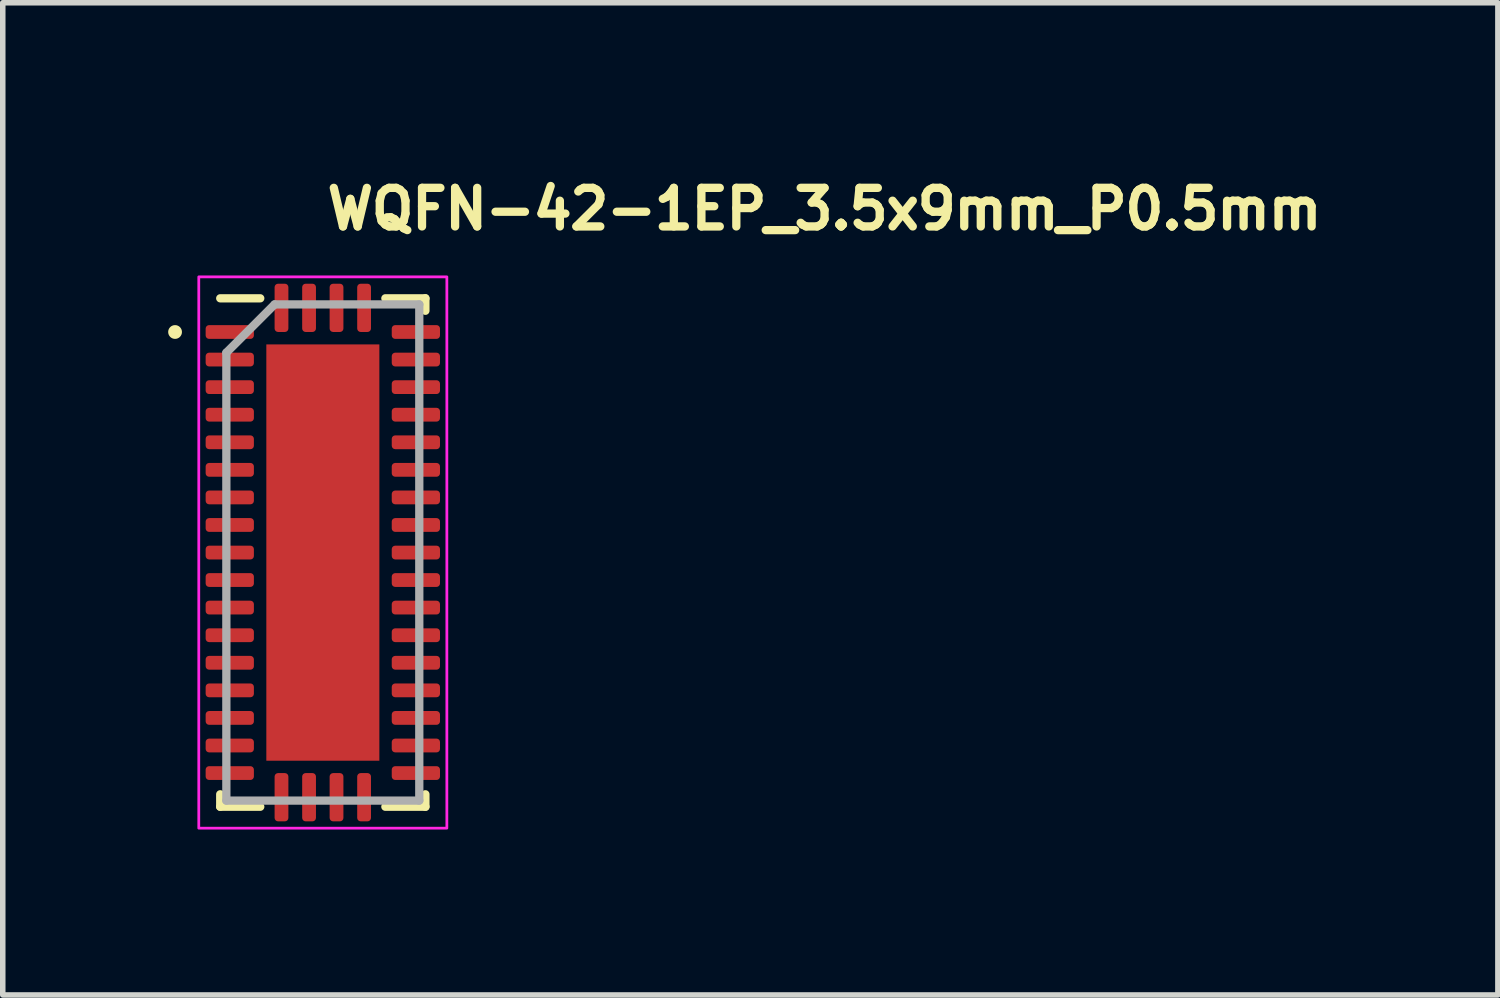
<source format=kicad_pcb>
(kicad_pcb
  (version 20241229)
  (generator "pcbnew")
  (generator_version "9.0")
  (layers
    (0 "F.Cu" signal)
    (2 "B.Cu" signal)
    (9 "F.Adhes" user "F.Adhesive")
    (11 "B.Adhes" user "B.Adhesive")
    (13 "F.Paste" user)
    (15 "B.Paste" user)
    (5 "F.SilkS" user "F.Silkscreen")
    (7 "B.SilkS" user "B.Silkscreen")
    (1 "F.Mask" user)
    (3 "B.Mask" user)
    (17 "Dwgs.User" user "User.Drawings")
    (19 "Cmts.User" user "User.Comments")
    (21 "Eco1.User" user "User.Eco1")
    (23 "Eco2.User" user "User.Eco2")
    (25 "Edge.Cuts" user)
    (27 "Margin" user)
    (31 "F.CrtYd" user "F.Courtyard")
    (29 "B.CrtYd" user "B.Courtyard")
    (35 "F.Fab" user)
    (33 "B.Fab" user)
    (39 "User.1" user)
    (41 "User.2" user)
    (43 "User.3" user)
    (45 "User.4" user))
  (footprint "WQFN-42-1EP_3.5x9mm_P0.5mm"
    (layer "F.Cu")
    (at 2.805 6.971)
    (property "Reference" "WQFN-42-1EP_3.5x9mm_P0.5mm" (at 0 -5.821 0) (layer "F.SilkS") (effects (font (size 0.7 0.7) (thickness 0.15)) (justify left bottom)))
    (attr smd)
    (fp_line (start -1.861 4.61) (end -1.861 4.384) (stroke (width 0.15) (type solid)) (layer "F.SilkS"))
    (fp_line (start -1.135 -4.611) (end -1.861 -4.611) (stroke (width 0.15) (type solid)) (layer "F.SilkS"))
    (fp_line (start -1.135 4.61) (end -1.861 4.61) (stroke (width 0.15) (type solid)) (layer "F.SilkS"))
    (fp_line (start 1.134 -4.611) (end 1.86 -4.611) (stroke (width 0.15) (type solid)) (layer "F.SilkS"))
    (fp_line (start 1.134 4.61) (end 1.86 4.61) (stroke (width 0.15) (type solid)) (layer "F.SilkS"))
    (fp_line (start 1.86 -4.611) (end 1.86 -4.385) (stroke (width 0.15) (type solid)) (layer "F.SilkS"))
    (fp_line (start 1.86 4.61) (end 1.86 4.384) (stroke (width 0.15) (type solid)) (layer "F.SilkS"))
    (fp_circle (center -2.68 -4) (end -2.63 -4) (stroke (width 0.15) (type solid)) (fill yes) (layer "F.SilkS"))
    (fp_rect (start -2.25 -5) (end 2.249 4.998) (stroke (width 0.05) (type solid)) (fill no) (layer "F.CrtYd"))
    (fp_line (start -1.75 -3.625) (end -0.875 -4.5) (stroke (width 0.15) (type solid)) (layer "F.Fab"))
    (fp_line (start -1.75 4.498) (end -1.75 -3.625) (stroke (width 0.15) (type solid)) (layer "F.Fab"))
    (fp_line (start -0.875 -4.5) (end 1.749 -4.5) (stroke (width 0.15) (type solid)) (layer "F.Fab"))
    (fp_line (start 1.749 -4.5) (end 1.749 4.498) (stroke (width 0.15) (type solid)) (layer "F.Fab"))
    (fp_line (start 1.749 4.498) (end -1.75 4.498) (stroke (width 0.15) (type solid)) (layer "F.Fab"))
    (fp_rect (start -1.75 -4.5) (end 1.749 4.498) (stroke (width 0.1) (type solid)) (fill no) (layer "User.5"))
    (fp_line (start -1.75 -4.5) (end -1.75 4.498) (stroke (width 0.02) (type solid)) (layer "User.9"))
    (fp_line (start -1.75 4.498) (end 1.749 4.498) (stroke (width 0.02) (type solid)) (layer "User.9"))
    (fp_line (start -1.45 -4.021) (end -1.45 -4.012) (stroke (width 0.02) (type solid)) (layer "User.9"))
    (fp_line (start -1.45 -4.021) (end -1.45 -4.012) (stroke (width 0.02) (type solid)) (layer "User.9"))
    (fp_line (start -1.45 -4.012) (end -1.45 -4) (stroke (width 0.02) (type solid)) (layer "User.9"))
    (fp_line (start -1.45 -4.012) (end -1.45 -4) (stroke (width 0.02) (type solid)) (layer "User.9"))
    (fp_line (start -1.45 -4) (end -1.45 -4) (stroke (width 0.02) (type solid)) (layer "User.9"))
    (fp_line (start -1.45 -4) (end -1.45 -4) (stroke (width 0.02) (type solid)) (layer "User.9"))
    (fp_line (start -1.45 -4) (end -1.45 -3.991) (stroke (width 0.02) (type solid)) (layer "User.9"))
    (fp_line (start -1.45 -4) (end -1.45 -3.991) (stroke (width 0.02) (type solid)) (layer "User.9"))
    (fp_line (start -1.45 -3.991) (end -1.45 -3.98) (stroke (width 0.02) (type solid)) (layer "User.9"))
    (fp_line (start -1.45 -3.991) (end -1.45 -3.98) (stroke (width 0.02) (type solid)) (layer "User.9"))
    (fp_line (start -1.45 -3.98) (end -1.448 -3.971) (stroke (width 0.02) (type solid)) (layer "User.9"))
    (fp_line (start -1.45 -3.98) (end -1.448 -3.971) (stroke (width 0.02) (type solid)) (layer "User.9"))
    (fp_line (start -1.448 -4.031) (end -1.45 -4.021) (stroke (width 0.02) (type solid)) (layer "User.9"))
    (fp_line (start -1.448 -4.031) (end -1.45 -4.021) (stroke (width 0.02) (type solid)) (layer "User.9"))
    (fp_line (start -1.448 -3.971) (end -1.446 -3.96) (stroke (width 0.02) (type solid)) (layer "User.9"))
    (fp_line (start -1.448 -3.971) (end -1.446 -3.96) (stroke (width 0.02) (type solid)) (layer "User.9"))
    (fp_line (start -1.446 -4.042) (end -1.448 -4.031) (stroke (width 0.02) (type solid)) (layer "User.9"))
    (fp_line (start -1.446 -4.042) (end -1.448 -4.031) (stroke (width 0.02) (type solid)) (layer "User.9"))
    (fp_line (start -1.446 -3.96) (end -1.444 -3.951) (stroke (width 0.02) (type solid)) (layer "User.9"))
    (fp_line (start -1.446 -3.96) (end -1.444 -3.951) (stroke (width 0.02) (type solid)) (layer "User.9"))
    (fp_line (start -1.444 -4.05) (end -1.446 -4.042) (stroke (width 0.02) (type solid)) (layer "User.9"))
    (fp_line (start -1.444 -4.05) (end -1.446 -4.042) (stroke (width 0.02) (type solid)) (layer "User.9"))
    (fp_line (start -1.444 -3.951) (end -1.442 -3.942) (stroke (width 0.02) (type solid)) (layer "User.9"))
    (fp_line (start -1.444 -3.951) (end -1.442 -3.942) (stroke (width 0.02) (type solid)) (layer "User.9"))
    (fp_line (start -1.442 -4.061) (end -1.444 -4.05) (stroke (width 0.02) (type solid)) (layer "User.9"))
    (fp_line (start -1.442 -4.061) (end -1.444 -4.05) (stroke (width 0.02) (type solid)) (layer "User.9"))
    (fp_line (start -1.442 -3.942) (end -1.438 -3.932) (stroke (width 0.02) (type solid)) (layer "User.9"))
    (fp_line (start -1.442 -3.942) (end -1.438 -3.932) (stroke (width 0.02) (type solid)) (layer "User.9"))
    (fp_line (start -1.438 -4.069) (end -1.442 -4.061) (stroke (width 0.02) (type solid)) (layer "User.9"))
    (fp_line (start -1.438 -4.069) (end -1.442 -4.061) (stroke (width 0.02) (type solid)) (layer "User.9"))
    (fp_line (start -1.438 -3.932) (end -1.436 -3.923) (stroke (width 0.02) (type solid)) (layer "User.9"))
    (fp_line (start -1.438 -3.932) (end -1.436 -3.923) (stroke (width 0.02) (type solid)) (layer "User.9"))
    (fp_line (start -1.436 -4.079) (end -1.438 -4.069) (stroke (width 0.02) (type solid)) (layer "User.9"))
    (fp_line (start -1.436 -4.079) (end -1.438 -4.069) (stroke (width 0.02) (type solid)) (layer "User.9"))
    (fp_line (start -1.436 -3.923) (end -1.432 -3.915) (stroke (width 0.02) (type solid)) (layer "User.9"))
    (fp_line (start -1.436 -3.923) (end -1.432 -3.915) (stroke (width 0.02) (type solid)) (layer "User.9"))
    (fp_line (start -1.432 -4.087) (end -1.436 -4.079) (stroke (width 0.02) (type solid)) (layer "User.9"))
    (fp_line (start -1.432 -4.087) (end -1.436 -4.079) (stroke (width 0.02) (type solid)) (layer "User.9"))
    (fp_line (start -1.432 -3.915) (end -1.426 -3.906) (stroke (width 0.02) (type solid)) (layer "User.9"))
    (fp_line (start -1.432 -3.915) (end -1.426 -3.906) (stroke (width 0.02) (type solid)) (layer "User.9"))
    (fp_line (start -1.426 -4.096) (end -1.432 -4.087) (stroke (width 0.02) (type solid)) (layer "User.9"))
    (fp_line (start -1.426 -4.096) (end -1.432 -4.087) (stroke (width 0.02) (type solid)) (layer "User.9"))
    (fp_line (start -1.426 -3.906) (end -1.422 -3.898) (stroke (width 0.02) (type solid)) (layer "User.9"))
    (fp_line (start -1.426 -3.906) (end -1.422 -3.898) (stroke (width 0.02) (type solid)) (layer "User.9"))
    (fp_line (start -1.422 -4.105) (end -1.426 -4.096) (stroke (width 0.02) (type solid)) (layer "User.9"))
    (fp_line (start -1.422 -4.105) (end -1.426 -4.096) (stroke (width 0.02) (type solid)) (layer "User.9"))
    (fp_line (start -1.422 -3.898) (end -1.416 -3.89) (stroke (width 0.02) (type solid)) (layer "User.9"))
    (fp_line (start -1.422 -3.898) (end -1.416 -3.89) (stroke (width 0.02) (type solid)) (layer "User.9"))
    (fp_line (start -1.416 -4.113) (end -1.422 -4.105) (stroke (width 0.02) (type solid)) (layer "User.9"))
    (fp_line (start -1.416 -4.113) (end -1.422 -4.105) (stroke (width 0.02) (type solid)) (layer "User.9"))
    (fp_line (start -1.416 -3.89) (end -1.412 -3.882) (stroke (width 0.02) (type solid)) (layer "User.9"))
    (fp_line (start -1.416 -3.89) (end -1.412 -3.882) (stroke (width 0.02) (type solid)) (layer "User.9"))
    (fp_line (start -1.412 -4.121) (end -1.416 -4.113) (stroke (width 0.02) (type solid)) (layer "User.9"))
    (fp_line (start -1.412 -4.121) (end -1.416 -4.113) (stroke (width 0.02) (type solid)) (layer "User.9"))
    (fp_line (start -1.412 -3.882) (end -1.405 -3.874) (stroke (width 0.02) (type solid)) (layer "User.9"))
    (fp_line (start -1.412 -3.882) (end -1.405 -3.874) (stroke (width 0.02) (type solid)) (layer "User.9"))
    (fp_line (start -1.405 -4.129) (end -1.412 -4.121) (stroke (width 0.02) (type solid)) (layer "User.9"))
    (fp_line (start -1.405 -4.129) (end -1.412 -4.121) (stroke (width 0.02) (type solid)) (layer "User.9"))
    (fp_line (start -1.405 -3.874) (end -1.399 -3.867) (stroke (width 0.02) (type solid)) (layer "User.9"))
    (fp_line (start -1.405 -3.874) (end -1.399 -3.867) (stroke (width 0.02) (type solid)) (layer "User.9"))
    (fp_line (start -1.399 -4.135) (end -1.405 -4.129) (stroke (width 0.02) (type solid)) (layer "User.9"))
    (fp_line (start -1.399 -4.135) (end -1.405 -4.129) (stroke (width 0.02) (type solid)) (layer "User.9"))
    (fp_line (start -1.399 -3.867) (end -1.393 -3.859) (stroke (width 0.02) (type solid)) (layer "User.9"))
    (fp_line (start -1.399 -3.867) (end -1.393 -3.859) (stroke (width 0.02) (type solid)) (layer "User.9"))
    (fp_line (start -1.393 -4.143) (end -1.399 -4.135) (stroke (width 0.02) (type solid)) (layer "User.9"))
    (fp_line (start -1.393 -4.143) (end -1.399 -4.135) (stroke (width 0.02) (type solid)) (layer "User.9"))
    (fp_line (start -1.393 -3.859) (end -1.385 -3.854) (stroke (width 0.02) (type solid)) (layer "User.9"))
    (fp_line (start -1.393 -3.859) (end -1.385 -3.854) (stroke (width 0.02) (type solid)) (layer "User.9"))
    (fp_line (start -1.385 -4.148) (end -1.393 -4.143) (stroke (width 0.02) (type solid)) (layer "User.9"))
    (fp_line (start -1.385 -4.148) (end -1.393 -4.143) (stroke (width 0.02) (type solid)) (layer "User.9"))
    (fp_line (start -1.385 -3.854) (end -1.379 -3.847) (stroke (width 0.02) (type solid)) (layer "User.9"))
    (fp_line (start -1.385 -3.854) (end -1.379 -3.847) (stroke (width 0.02) (type solid)) (layer "User.9"))
    (fp_line (start -1.379 -4.156) (end -1.385 -4.148) (stroke (width 0.02) (type solid)) (layer "User.9"))
    (fp_line (start -1.379 -4.156) (end -1.385 -4.148) (stroke (width 0.02) (type solid)) (layer "User.9"))
    (fp_line (start -1.379 -3.847) (end -1.371 -3.84) (stroke (width 0.02) (type solid)) (layer "User.9"))
    (fp_line (start -1.379 -3.847) (end -1.371 -3.84) (stroke (width 0.02) (type solid)) (layer "User.9"))
    (fp_line (start -1.371 -4.162) (end -1.379 -4.156) (stroke (width 0.02) (type solid)) (layer "User.9"))
    (fp_line (start -1.371 -4.162) (end -1.379 -4.156) (stroke (width 0.02) (type solid)) (layer "User.9"))
    (fp_line (start -1.371 -3.84) (end -1.363 -3.835) (stroke (width 0.02) (type solid)) (layer "User.9"))
    (fp_line (start -1.371 -3.84) (end -1.363 -3.835) (stroke (width 0.02) (type solid)) (layer "User.9"))
    (fp_line (start -1.363 -4.167) (end -1.371 -4.162) (stroke (width 0.02) (type solid)) (layer "User.9"))
    (fp_line (start -1.363 -4.167) (end -1.371 -4.162) (stroke (width 0.02) (type solid)) (layer "User.9"))
    (fp_line (start -1.363 -3.835) (end -1.355 -3.83) (stroke (width 0.02) (type solid)) (layer "User.9"))
    (fp_line (start -1.363 -3.835) (end -1.355 -3.83) (stroke (width 0.02) (type solid)) (layer "User.9"))
    (fp_line (start -1.355 -4.172) (end -1.363 -4.167) (stroke (width 0.02) (type solid)) (layer "User.9"))
    (fp_line (start -1.355 -4.172) (end -1.363 -4.167) (stroke (width 0.02) (type solid)) (layer "User.9"))
    (fp_line (start -1.355 -3.83) (end -1.347 -3.826) (stroke (width 0.02) (type solid)) (layer "User.9"))
    (fp_line (start -1.355 -3.83) (end -1.347 -3.826) (stroke (width 0.02) (type solid)) (layer "User.9"))
    (fp_line (start -1.347 -4.177) (end -1.355 -4.172) (stroke (width 0.02) (type solid)) (layer "User.9"))
    (fp_line (start -1.347 -4.177) (end -1.355 -4.172) (stroke (width 0.02) (type solid)) (layer "User.9"))
    (fp_line (start -1.347 -3.826) (end -1.337 -3.821) (stroke (width 0.02) (type solid)) (layer "User.9"))
    (fp_line (start -1.347 -3.826) (end -1.337 -3.821) (stroke (width 0.02) (type solid)) (layer "User.9"))
    (fp_line (start -1.337 -4.181) (end -1.347 -4.177) (stroke (width 0.02) (type solid)) (layer "User.9"))
    (fp_line (start -1.337 -4.181) (end -1.347 -4.177) (stroke (width 0.02) (type solid)) (layer "User.9"))
    (fp_line (start -1.337 -3.821) (end -1.329 -3.817) (stroke (width 0.02) (type solid)) (layer "User.9"))
    (fp_line (start -1.337 -3.821) (end -1.329 -3.817) (stroke (width 0.02) (type solid)) (layer "User.9"))
    (fp_line (start -1.329 -4.186) (end -1.337 -4.181) (stroke (width 0.02) (type solid)) (layer "User.9"))
    (fp_line (start -1.329 -4.186) (end -1.337 -4.181) (stroke (width 0.02) (type solid)) (layer "User.9"))
    (fp_line (start -1.329 -3.817) (end -1.319 -3.814) (stroke (width 0.02) (type solid)) (layer "User.9"))
    (fp_line (start -1.329 -3.817) (end -1.319 -3.814) (stroke (width 0.02) (type solid)) (layer "User.9"))
    (fp_line (start -1.319 -4.188) (end -1.329 -4.186) (stroke (width 0.02) (type solid)) (layer "User.9"))
    (fp_line (start -1.319 -4.188) (end -1.329 -4.186) (stroke (width 0.02) (type solid)) (layer "User.9"))
    (fp_line (start -1.319 -3.814) (end -1.311 -3.81) (stroke (width 0.02) (type solid)) (layer "User.9"))
    (fp_line (start -1.319 -3.814) (end -1.311 -3.81) (stroke (width 0.02) (type solid)) (layer "User.9"))
    (fp_line (start -1.311 -4.191) (end -1.319 -4.188) (stroke (width 0.02) (type solid)) (layer "User.9"))
    (fp_line (start -1.311 -4.191) (end -1.319 -4.188) (stroke (width 0.02) (type solid)) (layer "User.9"))
    (fp_line (start -1.311 -3.81) (end -1.301 -3.807) (stroke (width 0.02) (type solid)) (layer "User.9"))
    (fp_line (start -1.311 -3.81) (end -1.301 -3.807) (stroke (width 0.02) (type solid)) (layer "User.9"))
    (fp_line (start -1.301 -4.194) (end -1.311 -4.191) (stroke (width 0.02) (type solid)) (layer "User.9"))
    (fp_line (start -1.301 -4.194) (end -1.311 -4.191) (stroke (width 0.02) (type solid)) (layer "User.9"))
    (fp_line (start -1.301 -3.807) (end -1.291 -3.806) (stroke (width 0.02) (type solid)) (layer "User.9"))
    (fp_line (start -1.301 -3.807) (end -1.291 -3.806) (stroke (width 0.02) (type solid)) (layer "User.9"))
    (fp_line (start -1.291 -4.196) (end -1.301 -4.194) (stroke (width 0.02) (type solid)) (layer "User.9"))
    (fp_line (start -1.291 -4.196) (end -1.301 -4.194) (stroke (width 0.02) (type solid)) (layer "User.9"))
    (fp_line (start -1.291 -3.806) (end -1.281 -3.803) (stroke (width 0.02) (type solid)) (layer "User.9"))
    (fp_line (start -1.291 -3.806) (end -1.281 -3.803) (stroke (width 0.02) (type solid)) (layer "User.9"))
    (fp_line (start -1.281 -4.199) (end -1.291 -4.196) (stroke (width 0.02) (type solid)) (layer "User.9"))
    (fp_line (start -1.281 -4.199) (end -1.291 -4.196) (stroke (width 0.02) (type solid)) (layer "User.9"))
    (fp_line (start -1.281 -3.803) (end -1.272 -3.802) (stroke (width 0.02) (type solid)) (layer "User.9"))
    (fp_line (start -1.281 -3.803) (end -1.272 -3.802) (stroke (width 0.02) (type solid)) (layer "User.9"))
    (fp_line (start -1.272 -4.199) (end -1.281 -4.199) (stroke (width 0.02) (type solid)) (layer "User.9"))
    (fp_line (start -1.272 -4.199) (end -1.281 -4.199) (stroke (width 0.02) (type solid)) (layer "User.9"))
    (fp_line (start -1.272 -3.802) (end -1.262 -3.802) (stroke (width 0.02) (type solid)) (layer "User.9"))
    (fp_line (start -1.272 -3.802) (end -1.262 -3.802) (stroke (width 0.02) (type solid)) (layer "User.9"))
    (fp_line (start -1.262 -4.201) (end -1.272 -4.199) (stroke (width 0.02) (type solid)) (layer "User.9"))
    (fp_line (start -1.262 -4.201) (end -1.272 -4.199) (stroke (width 0.02) (type solid)) (layer "User.9"))
    (fp_line (start -1.262 -3.802) (end -1.25 -3.801) (stroke (width 0.02) (type solid)) (layer "User.9"))
    (fp_line (start -1.262 -3.802) (end -1.25 -3.801) (stroke (width 0.02) (type solid)) (layer "User.9"))
    (fp_line (start -1.25 -4.202) (end -1.262 -4.201) (stroke (width 0.02) (type solid)) (layer "User.9"))
    (fp_line (start -1.25 -4.202) (end -1.262 -4.201) (stroke (width 0.02) (type solid)) (layer "User.9"))
    (fp_line (start -1.25 -3.801) (end -1.24 -3.802) (stroke (width 0.02) (type solid)) (layer "User.9"))
    (fp_line (start -1.25 -3.801) (end -1.24 -3.802) (stroke (width 0.02) (type solid)) (layer "User.9"))
    (fp_line (start -1.24 -4.201) (end -1.252 -4.202) (stroke (width 0.02) (type solid)) (layer "User.9"))
    (fp_line (start -1.24 -4.201) (end -1.252 -4.202) (stroke (width 0.02) (type solid)) (layer "User.9"))
    (fp_line (start -1.24 -3.802) (end -1.23 -3.802) (stroke (width 0.02) (type solid)) (layer "User.9"))
    (fp_line (start -1.24 -3.802) (end -1.23 -3.802) (stroke (width 0.02) (type solid)) (layer "User.9"))
    (fp_line (start -1.23 -4.199) (end -1.24 -4.201) (stroke (width 0.02) (type solid)) (layer "User.9"))
    (fp_line (start -1.23 -4.199) (end -1.24 -4.201) (stroke (width 0.02) (type solid)) (layer "User.9"))
    (fp_line (start -1.23 -3.802) (end -1.22 -3.803) (stroke (width 0.02) (type solid)) (layer "User.9"))
    (fp_line (start -1.23 -3.802) (end -1.22 -3.803) (stroke (width 0.02) (type solid)) (layer "User.9"))
    (fp_line (start -1.22 -4.199) (end -1.23 -4.199) (stroke (width 0.02) (type solid)) (layer "User.9"))
    (fp_line (start -1.22 -4.199) (end -1.23 -4.199) (stroke (width 0.02) (type solid)) (layer "User.9"))
    (fp_line (start -1.22 -3.803) (end -1.21 -3.806) (stroke (width 0.02) (type solid)) (layer "User.9"))
    (fp_line (start -1.22 -3.803) (end -1.21 -3.806) (stroke (width 0.02) (type solid)) (layer "User.9"))
    (fp_line (start -1.21 -4.196) (end -1.22 -4.199) (stroke (width 0.02) (type solid)) (layer "User.9"))
    (fp_line (start -1.21 -4.196) (end -1.22 -4.199) (stroke (width 0.02) (type solid)) (layer "User.9"))
    (fp_line (start -1.21 -3.806) (end -1.202 -3.807) (stroke (width 0.02) (type solid)) (layer "User.9"))
    (fp_line (start -1.21 -3.806) (end -1.202 -3.807) (stroke (width 0.02) (type solid)) (layer "User.9"))
    (fp_line (start -1.202 -4.194) (end -1.21 -4.196) (stroke (width 0.02) (type solid)) (layer "User.9"))
    (fp_line (start -1.202 -4.194) (end -1.21 -4.196) (stroke (width 0.02) (type solid)) (layer "User.9"))
    (fp_line (start -1.202 -3.807) (end -1.192 -3.81) (stroke (width 0.02) (type solid)) (layer "User.9"))
    (fp_line (start -1.202 -3.807) (end -1.192 -3.81) (stroke (width 0.02) (type solid)) (layer "User.9"))
    (fp_line (start -1.192 -4.191) (end -1.202 -4.194) (stroke (width 0.02) (type solid)) (layer "User.9"))
    (fp_line (start -1.192 -4.191) (end -1.202 -4.194) (stroke (width 0.02) (type solid)) (layer "User.9"))
    (fp_line (start -1.192 -3.81) (end -1.182 -3.814) (stroke (width 0.02) (type solid)) (layer "User.9"))
    (fp_line (start -1.192 -3.81) (end -1.182 -3.814) (stroke (width 0.02) (type solid)) (layer "User.9"))
    (fp_line (start -1.182 -4.188) (end -1.192 -4.191) (stroke (width 0.02) (type solid)) (layer "User.9"))
    (fp_line (start -1.182 -4.188) (end -1.192 -4.191) (stroke (width 0.02) (type solid)) (layer "User.9"))
    (fp_line (start -1.182 -3.814) (end -1.174 -3.817) (stroke (width 0.02) (type solid)) (layer "User.9"))
    (fp_line (start -1.182 -3.814) (end -1.174 -3.817) (stroke (width 0.02) (type solid)) (layer "User.9"))
    (fp_line (start -1.174 -4.186) (end -1.182 -4.188) (stroke (width 0.02) (type solid)) (layer "User.9"))
    (fp_line (start -1.174 -4.186) (end -1.182 -4.188) (stroke (width 0.02) (type solid)) (layer "User.9"))
    (fp_line (start -1.174 -3.817) (end -1.164 -3.821) (stroke (width 0.02) (type solid)) (layer "User.9"))
    (fp_line (start -1.174 -3.817) (end -1.164 -3.821) (stroke (width 0.02) (type solid)) (layer "User.9"))
    (fp_line (start -1.164 -4.181) (end -1.174 -4.186) (stroke (width 0.02) (type solid)) (layer "User.9"))
    (fp_line (start -1.164 -4.181) (end -1.174 -4.186) (stroke (width 0.02) (type solid)) (layer "User.9"))
    (fp_line (start -1.164 -3.821) (end -1.156 -3.826) (stroke (width 0.02) (type solid)) (layer "User.9"))
    (fp_line (start -1.164 -3.821) (end -1.156 -3.826) (stroke (width 0.02) (type solid)) (layer "User.9"))
    (fp_line (start -1.156 -4.177) (end -1.164 -4.181) (stroke (width 0.02) (type solid)) (layer "User.9"))
    (fp_line (start -1.156 -4.177) (end -1.164 -4.181) (stroke (width 0.02) (type solid)) (layer "User.9"))
    (fp_line (start -1.156 -3.826) (end -1.147 -3.83) (stroke (width 0.02) (type solid)) (layer "User.9"))
    (fp_line (start -1.156 -3.826) (end -1.147 -3.83) (stroke (width 0.02) (type solid)) (layer "User.9"))
    (fp_line (start -1.147 -4.172) (end -1.156 -4.177) (stroke (width 0.02) (type solid)) (layer "User.9"))
    (fp_line (start -1.147 -4.172) (end -1.156 -4.177) (stroke (width 0.02) (type solid)) (layer "User.9"))
    (fp_line (start -1.147 -3.83) (end -1.139 -3.835) (stroke (width 0.02) (type solid)) (layer "User.9"))
    (fp_line (start -1.147 -3.83) (end -1.139 -3.835) (stroke (width 0.02) (type solid)) (layer "User.9"))
    (fp_line (start -1.139 -4.167) (end -1.147 -4.172) (stroke (width 0.02) (type solid)) (layer "User.9"))
    (fp_line (start -1.139 -4.167) (end -1.147 -4.172) (stroke (width 0.02) (type solid)) (layer "User.9"))
    (fp_line (start -1.139 -3.835) (end -1.131 -3.84) (stroke (width 0.02) (type solid)) (layer "User.9"))
    (fp_line (start -1.139 -3.835) (end -1.131 -3.84) (stroke (width 0.02) (type solid)) (layer "User.9"))
    (fp_line (start -1.131 -4.162) (end -1.139 -4.167) (stroke (width 0.02) (type solid)) (layer "User.9"))
    (fp_line (start -1.131 -4.162) (end -1.139 -4.167) (stroke (width 0.02) (type solid)) (layer "User.9"))
    (fp_line (start -1.131 -3.84) (end -1.123 -3.847) (stroke (width 0.02) (type solid)) (layer "User.9"))
    (fp_line (start -1.131 -3.84) (end -1.123 -3.847) (stroke (width 0.02) (type solid)) (layer "User.9"))
    (fp_line (start -1.123 -4.156) (end -1.131 -4.162) (stroke (width 0.02) (type solid)) (layer "User.9"))
    (fp_line (start -1.123 -4.156) (end -1.131 -4.162) (stroke (width 0.02) (type solid)) (layer "User.9"))
    (fp_line (start -1.123 -3.847) (end -1.117 -3.854) (stroke (width 0.02) (type solid)) (layer "User.9"))
    (fp_line (start -1.123 -3.847) (end -1.117 -3.854) (stroke (width 0.02) (type solid)) (layer "User.9"))
    (fp_line (start -1.117 -4.148) (end -1.123 -4.156) (stroke (width 0.02) (type solid)) (layer "User.9"))
    (fp_line (start -1.117 -4.148) (end -1.123 -4.156) (stroke (width 0.02) (type solid)) (layer "User.9"))
    (fp_line (start -1.117 -3.854) (end -1.109 -3.859) (stroke (width 0.02) (type solid)) (layer "User.9"))
    (fp_line (start -1.117 -3.854) (end -1.109 -3.859) (stroke (width 0.02) (type solid)) (layer "User.9"))
    (fp_line (start -1.109 -4.143) (end -1.117 -4.148) (stroke (width 0.02) (type solid)) (layer "User.9"))
    (fp_line (start -1.109 -4.143) (end -1.117 -4.148) (stroke (width 0.02) (type solid)) (layer "User.9"))
    (fp_line (start -1.109 -3.859) (end -1.103 -3.867) (stroke (width 0.02) (type solid)) (layer "User.9"))
    (fp_line (start -1.109 -3.859) (end -1.103 -3.867) (stroke (width 0.02) (type solid)) (layer "User.9"))
    (fp_line (start -1.103 -4.135) (end -1.109 -4.143) (stroke (width 0.02) (type solid)) (layer "User.9"))
    (fp_line (start -1.103 -4.135) (end -1.109 -4.143) (stroke (width 0.02) (type solid)) (layer "User.9"))
    (fp_line (start -1.103 -3.867) (end -1.097 -3.874) (stroke (width 0.02) (type solid)) (layer "User.9"))
    (fp_line (start -1.103 -3.867) (end -1.097 -3.874) (stroke (width 0.02) (type solid)) (layer "User.9"))
    (fp_line (start -1.097 -4.129) (end -1.103 -4.135) (stroke (width 0.02) (type solid)) (layer "User.9"))
    (fp_line (start -1.097 -4.129) (end -1.103 -4.135) (stroke (width 0.02) (type solid)) (layer "User.9"))
    (fp_line (start -1.097 -3.874) (end -1.091 -3.882) (stroke (width 0.02) (type solid)) (layer "User.9"))
    (fp_line (start -1.097 -3.874) (end -1.091 -3.882) (stroke (width 0.02) (type solid)) (layer "User.9"))
    (fp_line (start -1.091 -4.121) (end -1.097 -4.129) (stroke (width 0.02) (type solid)) (layer "User.9"))
    (fp_line (start -1.091 -4.121) (end -1.097 -4.129) (stroke (width 0.02) (type solid)) (layer "User.9"))
    (fp_line (start -1.091 -3.882) (end -1.085 -3.89) (stroke (width 0.02) (type solid)) (layer "User.9"))
    (fp_line (start -1.091 -3.882) (end -1.085 -3.89) (stroke (width 0.02) (type solid)) (layer "User.9"))
    (fp_line (start -1.085 -4.113) (end -1.091 -4.121) (stroke (width 0.02) (type solid)) (layer "User.9"))
    (fp_line (start -1.085 -4.113) (end -1.091 -4.121) (stroke (width 0.02) (type solid)) (layer "User.9"))
    (fp_line (start -1.085 -3.89) (end -1.081 -3.898) (stroke (width 0.02) (type solid)) (layer "User.9"))
    (fp_line (start -1.085 -3.89) (end -1.081 -3.898) (stroke (width 0.02) (type solid)) (layer "User.9"))
    (fp_line (start -1.081 -4.105) (end -1.085 -4.113) (stroke (width 0.02) (type solid)) (layer "User.9"))
    (fp_line (start -1.081 -4.105) (end -1.085 -4.113) (stroke (width 0.02) (type solid)) (layer "User.9"))
    (fp_line (start -1.081 -3.898) (end -1.075 -3.906) (stroke (width 0.02) (type solid)) (layer "User.9"))
    (fp_line (start -1.081 -3.898) (end -1.075 -3.906) (stroke (width 0.02) (type solid)) (layer "User.9"))
    (fp_line (start -1.075 -4.096) (end -1.081 -4.105) (stroke (width 0.02) (type solid)) (layer "User.9"))
    (fp_line (start -1.075 -4.096) (end -1.081 -4.105) (stroke (width 0.02) (type solid)) (layer "User.9"))
    (fp_line (start -1.075 -3.906) (end -1.071 -3.915) (stroke (width 0.02) (type solid)) (layer "User.9"))
    (fp_line (start -1.075 -3.906) (end -1.071 -3.915) (stroke (width 0.02) (type solid)) (layer "User.9"))
    (fp_line (start -1.071 -4.087) (end -1.075 -4.096) (stroke (width 0.02) (type solid)) (layer "User.9"))
    (fp_line (start -1.071 -4.087) (end -1.075 -4.096) (stroke (width 0.02) (type solid)) (layer "User.9"))
    (fp_line (start -1.071 -3.915) (end -1.067 -3.923) (stroke (width 0.02) (type solid)) (layer "User.9"))
    (fp_line (start -1.071 -3.915) (end -1.067 -3.923) (stroke (width 0.02) (type solid)) (layer "User.9"))
    (fp_line (start -1.067 -4.079) (end -1.071 -4.087) (stroke (width 0.02) (type solid)) (layer "User.9"))
    (fp_line (start -1.067 -4.079) (end -1.071 -4.087) (stroke (width 0.02) (type solid)) (layer "User.9"))
    (fp_line (start -1.067 -3.923) (end -1.063 -3.932) (stroke (width 0.02) (type solid)) (layer "User.9"))
    (fp_line (start -1.067 -3.923) (end -1.063 -3.932) (stroke (width 0.02) (type solid)) (layer "User.9"))
    (fp_line (start -1.063 -4.069) (end -1.067 -4.079) (stroke (width 0.02) (type solid)) (layer "User.9"))
    (fp_line (start -1.063 -4.069) (end -1.067 -4.079) (stroke (width 0.02) (type solid)) (layer "User.9"))
    (fp_line (start -1.063 -3.932) (end -1.061 -3.942) (stroke (width 0.02) (type solid)) (layer "User.9"))
    (fp_line (start -1.063 -3.932) (end -1.061 -3.942) (stroke (width 0.02) (type solid)) (layer "User.9"))
    (fp_line (start -1.061 -4.061) (end -1.063 -4.069) (stroke (width 0.02) (type solid)) (layer "User.9"))
    (fp_line (start -1.061 -4.061) (end -1.063 -4.069) (stroke (width 0.02) (type solid)) (layer "User.9"))
    (fp_line (start -1.061 -3.942) (end -1.057 -3.951) (stroke (width 0.02) (type solid)) (layer "User.9"))
    (fp_line (start -1.061 -3.942) (end -1.057 -3.951) (stroke (width 0.02) (type solid)) (layer "User.9"))
    (fp_line (start -1.057 -4.05) (end -1.061 -4.061) (stroke (width 0.02) (type solid)) (layer "User.9"))
    (fp_line (start -1.057 -4.05) (end -1.061 -4.061) (stroke (width 0.02) (type solid)) (layer "User.9"))
    (fp_line (start -1.057 -3.951) (end -1.055 -3.96) (stroke (width 0.02) (type solid)) (layer "User.9"))
    (fp_line (start -1.057 -3.951) (end -1.055 -3.96) (stroke (width 0.02) (type solid)) (layer "User.9"))
    (fp_line (start -1.055 -4.042) (end -1.057 -4.05) (stroke (width 0.02) (type solid)) (layer "User.9"))
    (fp_line (start -1.055 -4.042) (end -1.057 -4.05) (stroke (width 0.02) (type solid)) (layer "User.9"))
    (fp_line (start -1.055 -3.96) (end -1.053 -3.971) (stroke (width 0.02) (type solid)) (layer "User.9"))
    (fp_line (start -1.055 -3.96) (end -1.053 -3.971) (stroke (width 0.02) (type solid)) (layer "User.9"))
    (fp_line (start -1.053 -4.031) (end -1.055 -4.042) (stroke (width 0.02) (type solid)) (layer "User.9"))
    (fp_line (start -1.053 -4.031) (end -1.055 -4.042) (stroke (width 0.02) (type solid)) (layer "User.9"))
    (fp_line (start -1.053 -4.021) (end -1.053 -4.031) (stroke (width 0.02) (type solid)) (layer "User.9"))
    (fp_line (start -1.053 -4.021) (end -1.053 -4.031) (stroke (width 0.02) (type solid)) (layer "User.9"))
    (fp_line (start -1.053 -3.98) (end -1.051 -3.991) (stroke (width 0.02) (type solid)) (layer "User.9"))
    (fp_line (start -1.053 -3.98) (end -1.051 -3.991) (stroke (width 0.02) (type solid)) (layer "User.9"))
    (fp_line (start -1.053 -3.971) (end -1.053 -3.98) (stroke (width 0.02) (type solid)) (layer "User.9"))
    (fp_line (start -1.053 -3.971) (end -1.053 -3.98) (stroke (width 0.02) (type solid)) (layer "User.9"))
    (fp_line (start -1.051 -4.012) (end -1.053 -4.021) (stroke (width 0.02) (type solid)) (layer "User.9"))
    (fp_line (start -1.051 -4.012) (end -1.053 -4.021) (stroke (width 0.02) (type solid)) (layer "User.9"))
    (fp_line (start -1.051 -4.002) (end -1.051 -4.012) (stroke (width 0.02) (type solid)) (layer "User.9"))
    (fp_line (start -1.051 -4.002) (end -1.051 -4.012) (stroke (width 0.02) (type solid)) (layer "User.9"))
    (fp_line (start -1.051 -4.002) (end -1.051 -4.002) (stroke (width 0.02) (type solid)) (layer "User.9"))
    (fp_line (start -1.051 -4.002) (end -1.051 -4.002) (stroke (width 0.02) (type solid)) (layer "User.9"))
    (fp_line (start -1.051 -3.991) (end -1.051 -4.002) (stroke (width 0.02) (type solid)) (layer "User.9"))
    (fp_line (start -1.051 -3.991) (end -1.051 -4.002) (stroke (width 0.02) (type solid)) (layer "User.9"))
    (fp_line (start 1.749 -4.5) (end -1.75 -4.5) (stroke (width 0.02) (type solid)) (layer "User.9"))
    (fp_line (start 1.749 4.498) (end 1.749 -4.5) (stroke (width 0.02) (type solid)) (layer "User.9"))
    (pad "" smd roundrect (at -0.51 -3.242) (size 0.83 0.87) (layers "F.Paste") (roundrect_rratio 0.25))
    (pad "" smd roundrect (at -0.51 -2.161) (size 0.83 0.87) (layers "F.Paste") (roundrect_rratio 0.25))
    (pad "" smd roundrect (at -0.51 -1.081) (size 0.83 0.87) (layers "F.Paste") (roundrect_rratio 0.25))
    (pad "" smd roundrect (at -0.51 0) (size 0.83 0.87) (layers "F.Paste") (roundrect_rratio 0.25))
    (pad "" smd roundrect (at -0.51 1.08) (size 0.83 0.87) (layers "F.Paste") (roundrect_rratio 0.25))
    (pad "" smd roundrect (at -0.51 2.16) (size 0.83 0.87) (layers "F.Paste") (roundrect_rratio 0.25))
    (pad "" smd roundrect (at -0.51 3.24) (size 0.83 0.87) (layers "F.Paste") (roundrect_rratio 0.25))
    (pad "" smd roundrect (at 0.508 -3.242) (size 0.83 0.87) (layers "F.Paste") (roundrect_rratio 0.25))
    (pad "" smd roundrect (at 0.508 -2.161) (size 0.83 0.87) (layers "F.Paste") (roundrect_rratio 0.25))
    (pad "" smd roundrect (at 0.508 -1.081) (size 0.83 0.87) (layers "F.Paste") (roundrect_rratio 0.25))
    (pad "" smd roundrect (at 0.508 0) (size 0.83 0.87) (layers "F.Paste") (roundrect_rratio 0.25))
    (pad "" smd roundrect (at 0.508 1.08) (size 0.83 0.87) (layers "F.Paste") (roundrect_rratio 0.25))
    (pad "" smd roundrect (at 0.508 2.16) (size 0.83 0.87) (layers "F.Paste") (roundrect_rratio 0.25))
    (pad "" smd roundrect (at 0.508 3.24) (size 0.83 0.87) (layers "F.Paste") (roundrect_rratio 0.25))
    (pad "1" smd roundrect (at -1.688 -4) (size 0.875 0.25) (layers "F.Cu" "F.Mask" "F.Paste") (roundrect_rratio 0.25))
    (pad "2" smd roundrect (at -1.688 -3.5) (size 0.875 0.25) (layers "F.Cu" "F.Mask" "F.Paste") (roundrect_rratio 0.25))
    (pad "3" smd roundrect (at -1.688 -3) (size 0.875 0.25) (layers "F.Cu" "F.Mask" "F.Paste") (roundrect_rratio 0.25))
    (pad "4" smd roundrect (at -1.688 -2.5) (size 0.875 0.25) (layers "F.Cu" "F.Mask" "F.Paste") (roundrect_rratio 0.25))
    (pad "5" smd roundrect (at -1.688 -2) (size 0.875 0.25) (layers "F.Cu" "F.Mask" "F.Paste") (roundrect_rratio 0.25))
    (pad "6" smd roundrect (at -1.688 -1.5) (size 0.875 0.25) (layers "F.Cu" "F.Mask" "F.Paste") (roundrect_rratio 0.25))
    (pad "7" smd roundrect (at -1.688 -1) (size 0.875 0.25) (layers "F.Cu" "F.Mask" "F.Paste") (roundrect_rratio 0.25))
    (pad "8" smd roundrect (at -1.688 -0.5) (size 0.875 0.25) (layers "F.Cu" "F.Mask" "F.Paste") (roundrect_rratio 0.25))
    (pad "9" smd roundrect (at -1.688 0) (size 0.875 0.25) (layers "F.Cu" "F.Mask" "F.Paste") (roundrect_rratio 0.25))
    (pad "10" smd roundrect (at -1.688 0.498) (size 0.875 0.25) (layers "F.Cu" "F.Mask" "F.Paste") (roundrect_rratio 0.25))
    (pad "11" smd roundrect (at -1.688 0.998) (size 0.875 0.25) (layers "F.Cu" "F.Mask" "F.Paste") (roundrect_rratio 0.25))
    (pad "12" smd roundrect (at -1.688 1.499) (size 0.875 0.25) (layers "F.Cu" "F.Mask" "F.Paste") (roundrect_rratio 0.25))
    (pad "13" smd roundrect (at -1.688 1.999) (size 0.875 0.25) (layers "F.Cu" "F.Mask" "F.Paste") (roundrect_rratio 0.25))
    (pad "14" smd roundrect (at -1.688 2.499) (size 0.875 0.25) (layers "F.Cu" "F.Mask" "F.Paste") (roundrect_rratio 0.25))
    (pad "15" smd roundrect (at -1.688 2.999) (size 0.875 0.25) (layers "F.Cu" "F.Mask" "F.Paste") (roundrect_rratio 0.25))
    (pad "16" smd roundrect (at -1.688 3.499) (size 0.875 0.25) (layers "F.Cu" "F.Mask" "F.Paste") (roundrect_rratio 0.25))
    (pad "17" smd roundrect (at -1.688 3.999) (size 0.875 0.25) (layers "F.Cu" "F.Mask" "F.Paste") (roundrect_rratio 0.25))
    (pad "18" smd roundrect (at -0.75 4.437) (size 0.25 0.875) (layers "F.Cu" "F.Mask" "F.Paste") (roundrect_rratio 0.25))
    (pad "19" smd roundrect (at -0.25 4.437) (size 0.25 0.875) (layers "F.Cu" "F.Mask" "F.Paste") (roundrect_rratio 0.25))
    (pad "20" smd roundrect (at 0.248 4.437) (size 0.25 0.875) (layers "F.Cu" "F.Mask" "F.Paste") (roundrect_rratio 0.25))
    (pad "21" smd roundrect (at 0.748 4.437) (size 0.25 0.875) (layers "F.Cu" "F.Mask" "F.Paste") (roundrect_rratio 0.25))
    (pad "22" smd roundrect (at 1.687 3.999) (size 0.875 0.25) (layers "F.Cu" "F.Mask" "F.Paste") (roundrect_rratio 0.25))
    (pad "23" smd roundrect (at 1.687 3.499) (size 0.875 0.25) (layers "F.Cu" "F.Mask" "F.Paste") (roundrect_rratio 0.25))
    (pad "24" smd roundrect (at 1.687 2.999) (size 0.875 0.25) (layers "F.Cu" "F.Mask" "F.Paste") (roundrect_rratio 0.25))
    (pad "25" smd roundrect (at 1.687 2.499) (size 0.875 0.25) (layers "F.Cu" "F.Mask" "F.Paste") (roundrect_rratio 0.25))
    (pad "26" smd roundrect (at 1.687 1.999) (size 0.875 0.25) (layers "F.Cu" "F.Mask" "F.Paste") (roundrect_rratio 0.25))
    (pad "27" smd roundrect (at 1.687 1.499) (size 0.875 0.25) (layers "F.Cu" "F.Mask" "F.Paste") (roundrect_rratio 0.25))
    (pad "28" smd roundrect (at 1.687 0.998) (size 0.875 0.25) (layers "F.Cu" "F.Mask" "F.Paste") (roundrect_rratio 0.25))
    (pad "29" smd roundrect (at 1.687 0.498) (size 0.875 0.25) (layers "F.Cu" "F.Mask" "F.Paste") (roundrect_rratio 0.25))
    (pad "30" smd roundrect (at 1.687 0) (size 0.875 0.25) (layers "F.Cu" "F.Mask" "F.Paste") (roundrect_rratio 0.25))
    (pad "31" smd roundrect (at 1.687 -0.5) (size 0.875 0.25) (layers "F.Cu" "F.Mask" "F.Paste") (roundrect_rratio 0.25))
    (pad "32" smd roundrect (at 1.687 -1) (size 0.875 0.25) (layers "F.Cu" "F.Mask" "F.Paste") (roundrect_rratio 0.25))
    (pad "33" smd roundrect (at 1.687 -1.5) (size 0.875 0.25) (layers "F.Cu" "F.Mask" "F.Paste") (roundrect_rratio 0.25))
    (pad "34" smd roundrect (at 1.687 -2) (size 0.875 0.25) (layers "F.Cu" "F.Mask" "F.Paste") (roundrect_rratio 0.25))
    (pad "35" smd roundrect (at 1.687 -2.5) (size 0.875 0.25) (layers "F.Cu" "F.Mask" "F.Paste") (roundrect_rratio 0.25))
    (pad "36" smd roundrect (at 1.687 -3) (size 0.875 0.25) (layers "F.Cu" "F.Mask" "F.Paste") (roundrect_rratio 0.25))
    (pad "37" smd roundrect (at 1.687 -3.5) (size 0.875 0.25) (layers "F.Cu" "F.Mask" "F.Paste") (roundrect_rratio 0.25))
    (pad "38" smd roundrect (at 1.687 -4) (size 0.875 0.25) (layers "F.Cu" "F.Mask" "F.Paste") (roundrect_rratio 0.25))
    (pad "39" smd roundrect (at 0.748 -4.438) (size 0.25 0.875) (layers "F.Cu" "F.Mask" "F.Paste") (roundrect_rratio 0.25))
    (pad "40" smd roundrect (at 0.248 -4.438) (size 0.25 0.875) (layers "F.Cu" "F.Mask" "F.Paste") (roundrect_rratio 0.25))
    (pad "41" smd roundrect (at -0.25 -4.438) (size 0.25 0.875) (layers "F.Cu" "F.Mask" "F.Paste") (roundrect_rratio 0.25))
    (pad "42" smd roundrect (at -0.75 -4.438) (size 0.25 0.875) (layers "F.Cu" "F.Mask" "F.Paste") (roundrect_rratio 0.25))
    (pad "43" smd rect (at 0 0) (size 2.05 7.55) (layers "F.Cu" "F.Mask")))
  (gr_rect
    (start -3 -3)
    (end 24.115 14.994)
    (stroke (width 0.1) (type default))
    (fill no)
    (layer "Edge.Cuts")))
</source>
